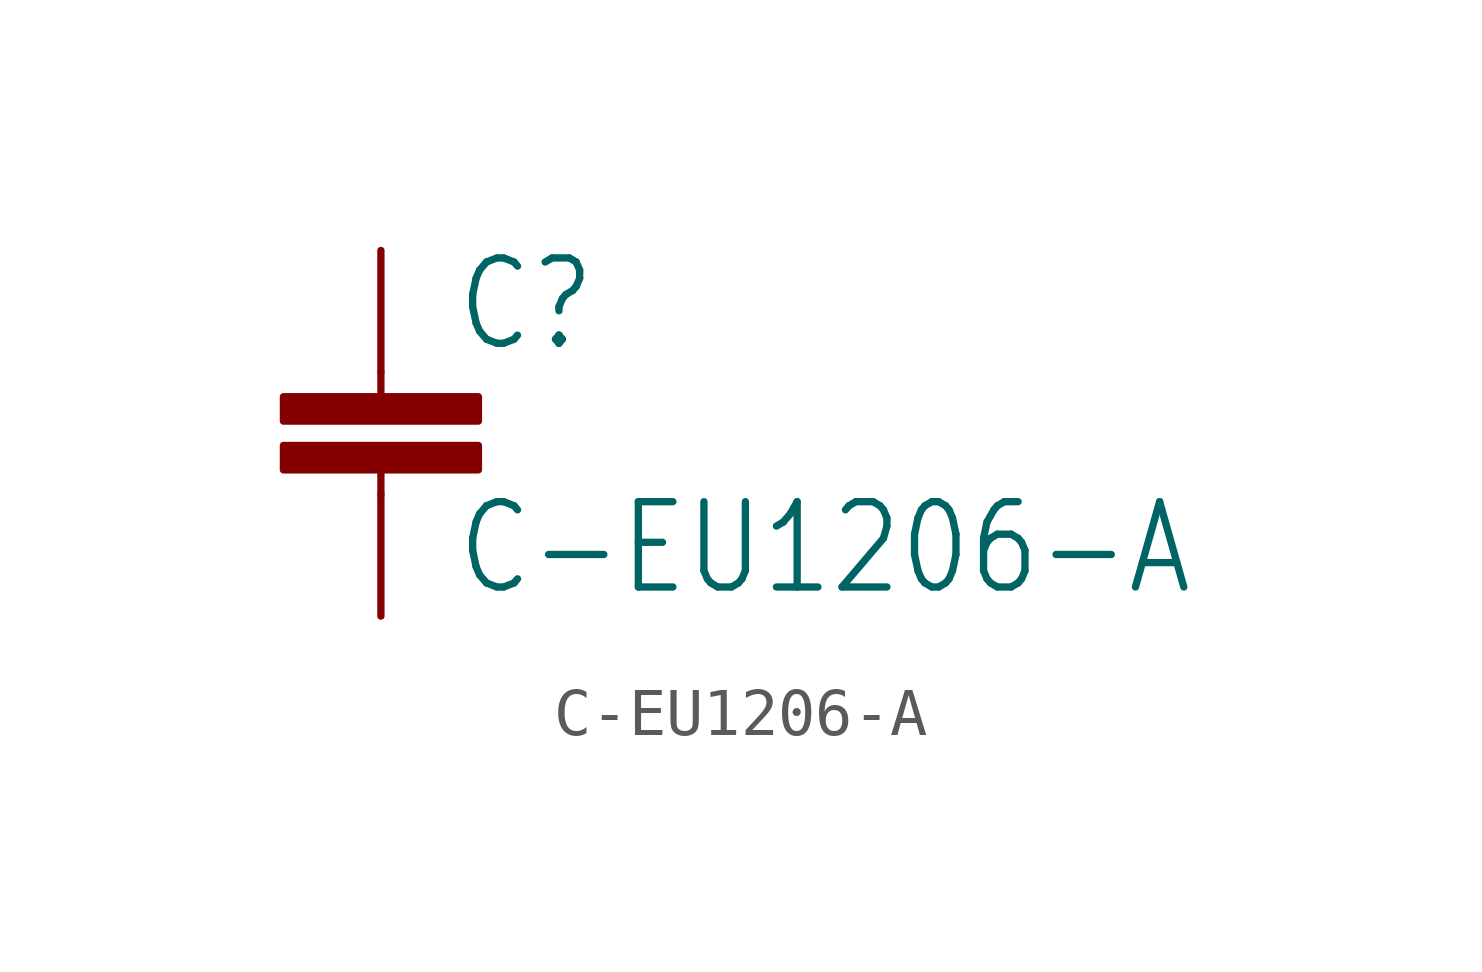
<source format=kicad_sym>
(kicad_symbol_lib
  (version 20211014)
  (generator kicad_symbol_editor)
  (symbol "C-EU1206-A"
    (property "Reference" "C"
      (at 1.524 0.381 0)
      (effects (font (size 1.778 1.511)) (justify left bottom)))
    (property "Value" "C-EU1206-A"
      (at 1.524 -4.699 0)
      (effects (font (size 1.778 1.511)) (justify left bottom)))
    (property "ki_locked" ""
      (at 0 0 0)
      (effects (font (size 1.27 1.27))))
    (symbol "C-EU1206-A_1_0"
      (rectangle (start -2.032 -2.032) (end 2.032 -1.524) (stroke (width 0) (type default)) (fill (type outline)))
      (rectangle (start -2.032 -1.016) (end 2.032 -0.508) (stroke (width 0) (type default)) (fill (type outline)))
      (polyline (pts (xy 0 -2.54) (xy 0 -2.032)) (stroke (width 0.152) (type default)) (fill (type none)))
      (polyline (pts (xy 0 0) (xy 0 -0.508)) (stroke (width 0.152) (type default)) (fill (type none)))
      (pin passive line (at 0 2.54 270) (length 2.54) (name "1" (effects (font (size 0 0)))) (number "1" (effects (font (size 0 0)))))
      (pin passive line (at 0 -5.08 90) (length 2.54) (name "2" (effects (font (size 0 0)))) (number "2" (effects (font (size 0 0))))))))
</source>
